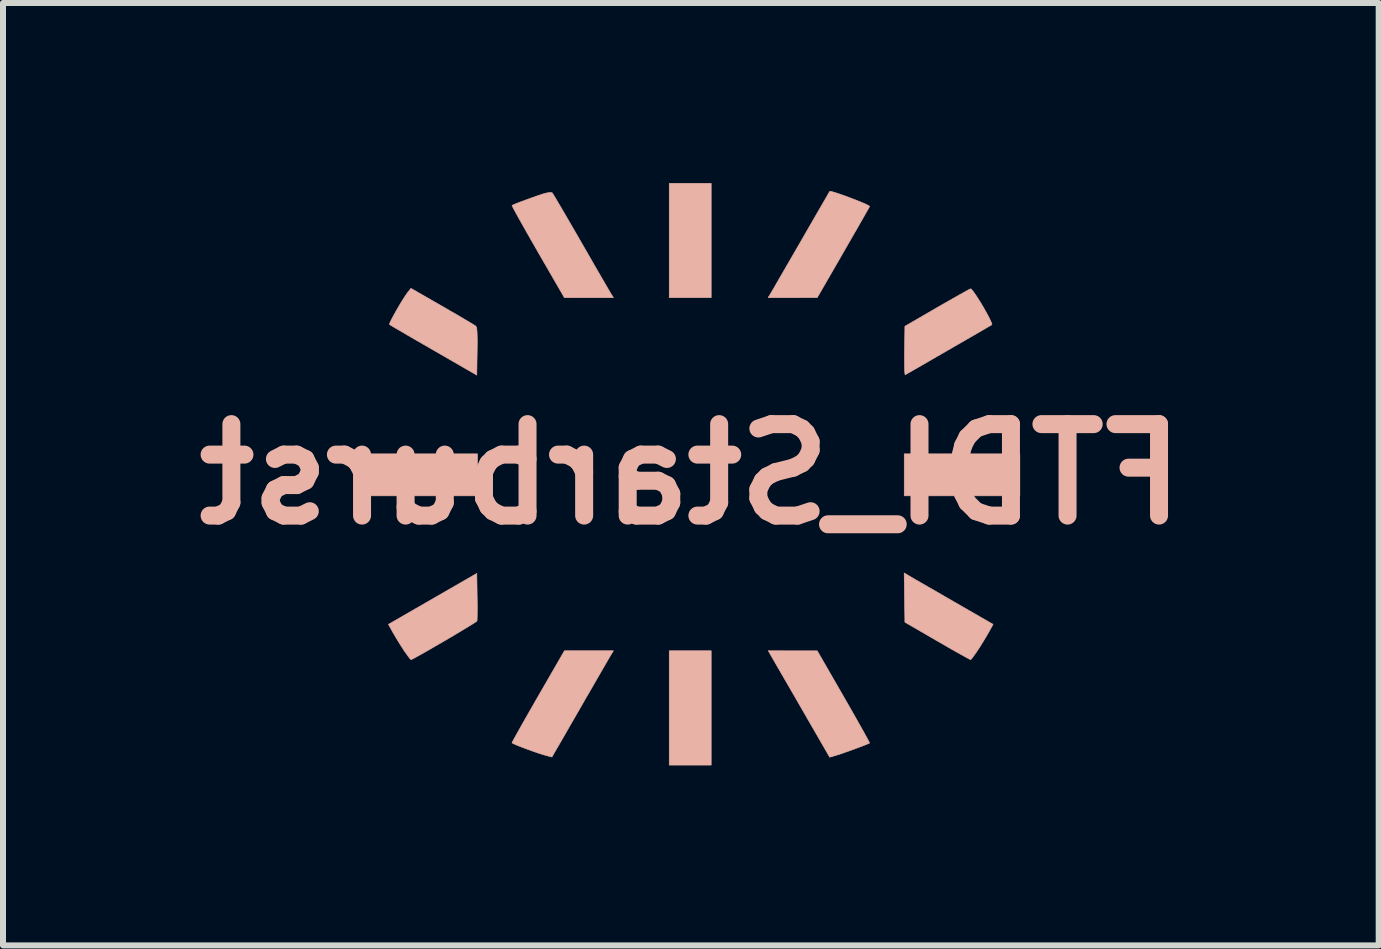
<source format=kicad_pcb>
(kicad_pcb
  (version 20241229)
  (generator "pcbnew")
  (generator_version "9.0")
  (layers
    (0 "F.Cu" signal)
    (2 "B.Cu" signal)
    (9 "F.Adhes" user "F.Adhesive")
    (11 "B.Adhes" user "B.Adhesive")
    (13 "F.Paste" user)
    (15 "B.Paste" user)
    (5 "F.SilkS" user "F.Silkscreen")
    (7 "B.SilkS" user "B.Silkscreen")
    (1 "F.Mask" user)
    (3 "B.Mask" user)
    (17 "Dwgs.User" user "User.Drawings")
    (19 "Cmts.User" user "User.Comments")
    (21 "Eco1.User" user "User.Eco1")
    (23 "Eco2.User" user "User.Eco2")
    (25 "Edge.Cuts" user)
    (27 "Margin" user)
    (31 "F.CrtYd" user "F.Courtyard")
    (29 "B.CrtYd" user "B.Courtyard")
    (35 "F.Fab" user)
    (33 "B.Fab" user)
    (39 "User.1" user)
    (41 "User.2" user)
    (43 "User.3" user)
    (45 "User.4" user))
  (footprint "FTDI_Starburst"
    (layer "F.Cu")
    (at 8.462 4.852)
    (property "Reference" "FTDI_Starburst" (at 0 0 0) (layer "B.SilkS") (effects (font (size 1.524 1.524) (thickness 0.3)) (justify mirror)))
    (attr through_hole)
    (fp_poly (pts (xy -3.556 0.36) (xy -5.482 0.36) (xy -5.482 -0.339) (xy -3.556 -0.339) (xy -3.556 0.36)) (stroke (width 0.01) (type solid)) (fill yes) (layer "B.SilkS"))
    (fp_poly (pts (xy 0.339 -2.942) (xy -0.36 -2.942) (xy -0.36 -4.847) (xy 0.339 -4.847) (xy 0.339 -2.942)) (stroke (width 0.01) (type solid)) (fill yes) (layer "B.SilkS"))
    (fp_poly (pts (xy 0.339 4.847) (xy -0.36 4.847) (xy -0.36 2.942) (xy 0.339 2.942) (xy 0.339 4.847)) (stroke (width 0.01) (type solid)) (fill yes) (layer "B.SilkS"))
    (fp_poly (pts (xy 5.482 0.36) (xy 3.556 0.36) (xy 3.556 -0.339) (xy 5.482 -0.339) (xy 5.482 0.36)) (stroke (width 0.01) (type solid)) (fill yes) (layer "B.SilkS"))
    (fp_poly (pts (xy 3.635 1.693) (xy 3.672 1.715) (xy 3.74 1.755) (xy 3.836 1.81) (xy 3.954 1.878) (xy 4.09 1.956) (xy 4.238 2.042) (xy 4.375 2.121) (xy 5.036 2.502) (xy 4.97 2.621) (xy 4.92 2.708) (xy 4.865 2.799) (xy 4.808 2.89) (xy 4.754 2.971) (xy 4.708 3.036) (xy 4.676 3.078) (xy 4.662 3.09) (xy 4.639 3.08) (xy 4.586 3.051) (xy 4.505 3.006) (xy 4.401 2.948) (xy 4.28 2.879) (xy 4.146 2.801) (xy 4.105 2.778) (xy 3.567 2.466) (xy 3.555 1.646) (xy 3.635 1.693)) (stroke (width 0.01) (type solid)) (fill yes) (layer "B.SilkS"))
    (fp_poly (pts (xy -3.561 2.038) (xy -3.559 2.162) (xy -3.559 2.272) (xy -3.56 2.361) (xy -3.562 2.422) (xy -3.564 2.446) (xy -3.584 2.461) (xy -3.634 2.494) (xy -3.711 2.541) (xy -3.807 2.599) (xy -3.918 2.666) (xy -4.038 2.737) (xy -4.161 2.809) (xy -4.283 2.879) (xy -4.396 2.945) (xy -4.497 3.002) (xy -4.578 3.047) (xy -4.635 3.078) (xy -4.663 3.09) (xy -4.663 3.09) (xy -4.68 3.074) (xy -4.714 3.03) (xy -4.759 2.967) (xy -4.78 2.937) (xy -4.84 2.843) (xy -4.904 2.74) (xy -4.957 2.649) (xy -4.961 2.643) (xy -5.039 2.502) (xy -3.567 1.653) (xy -3.561 2.038)) (stroke (width 0.01) (type solid)) (fill yes) (layer "B.SilkS"))
    (fp_poly (pts (xy 1.698 2.943) (xy 2.106 2.943) (xy 2.546 3.707) (xy 2.64 3.871) (xy 2.727 4.023) (xy 2.804 4.16) (xy 2.87 4.277) (xy 2.922 4.371) (xy 2.958 4.438) (xy 2.976 4.474) (xy 2.978 4.48) (xy 2.954 4.491) (xy 2.9 4.513) (xy 2.823 4.543) (xy 2.733 4.576) (xy 2.638 4.611) (xy 2.548 4.642) (xy 2.472 4.669) (xy 2.422 4.684) (xy 2.314 4.716) (xy 1.861 3.931) (xy 1.763 3.761) (xy 1.669 3.598) (xy 1.582 3.448) (xy 1.505 3.315) (xy 1.44 3.203) (xy 1.39 3.116) (xy 1.358 3.06) (xy 1.349 3.044) (xy 1.29 2.942) (xy 1.698 2.943)) (stroke (width 0.01) (type solid)) (fill yes) (layer "B.SilkS"))
    (fp_poly (pts (xy -4.136 -2.794) (xy -4 -2.715) (xy -3.874 -2.643) (xy -3.765 -2.578) (xy -3.677 -2.526) (xy -3.615 -2.488) (xy -3.584 -2.468) (xy -3.582 -2.467) (xy -3.572 -2.446) (xy -3.565 -2.404) (xy -3.561 -2.334) (xy -3.559 -2.232) (xy -3.56 -2.094) (xy -3.561 -2.047) (xy -3.567 -1.651) (xy -4.286 -2.066) (xy -4.445 -2.158) (xy -4.593 -2.243) (xy -4.726 -2.32) (xy -4.838 -2.386) (xy -4.928 -2.438) (xy -4.989 -2.475) (xy -5.019 -2.494) (xy -5.021 -2.495) (xy -5.017 -2.517) (xy -4.994 -2.567) (xy -4.957 -2.638) (xy -4.911 -2.721) (xy -4.86 -2.809) (xy -4.808 -2.895) (xy -4.76 -2.97) (xy -4.72 -3.027) (xy -4.713 -3.036) (xy -4.664 -3.097) (xy -4.136 -2.794)) (stroke (width 0.01) (type solid)) (fill yes) (layer "B.SilkS"))
    (fp_poly (pts (xy -2.313 -4.691) (xy -2.309 -4.687) (xy -2.295 -4.665) (xy -2.261 -4.61) (xy -2.212 -4.526) (xy -2.147 -4.417) (xy -2.071 -4.286) (xy -1.985 -4.138) (xy -1.891 -3.976) (xy -1.82 -3.852) (xy -1.721 -3.681) (xy -1.629 -3.52) (xy -1.544 -3.373) (xy -1.469 -3.244) (xy -1.407 -3.137) (xy -1.36 -3.056) (xy -1.33 -3.005) (xy -1.32 -2.99) (xy -1.29 -2.942) (xy -2.107 -2.942) (xy -2.548 -3.705) (xy -2.642 -3.869) (xy -2.729 -4.021) (xy -2.806 -4.158) (xy -2.872 -4.275) (xy -2.924 -4.369) (xy -2.96 -4.436) (xy -2.978 -4.473) (xy -2.979 -4.478) (xy -2.955 -4.491) (xy -2.899 -4.514) (xy -2.821 -4.544) (xy -2.731 -4.577) (xy -2.637 -4.611) (xy -2.548 -4.642) (xy -2.474 -4.667) (xy -2.428 -4.681) (xy -2.355 -4.695) (xy -2.313 -4.691)) (stroke (width 0.01) (type solid)) (fill yes) (layer "B.SilkS"))
    (fp_poly (pts (xy -1.32 2.99) (xy -1.337 3.018) (xy -1.372 3.078) (xy -1.424 3.168) (xy -1.49 3.282) (xy -1.568 3.417) (xy -1.656 3.57) (xy -1.752 3.735) (xy -1.831 3.873) (xy -1.93 4.045) (xy -2.022 4.204) (xy -2.105 4.349) (xy -2.177 4.474) (xy -2.237 4.577) (xy -2.281 4.653) (xy -2.307 4.699) (xy -2.315 4.712) (xy -2.335 4.708) (xy -2.386 4.694) (xy -2.457 4.674) (xy -2.477 4.668) (xy -2.548 4.645) (xy -2.636 4.615) (xy -2.729 4.581) (xy -2.82 4.547) (xy -2.898 4.516) (xy -2.955 4.491) (xy -2.98 4.477) (xy -2.972 4.458) (xy -2.944 4.406) (xy -2.899 4.325) (xy -2.84 4.219) (xy -2.768 4.092) (xy -2.685 3.947) (xy -2.595 3.789) (xy -2.547 3.706) (xy -2.106 2.942) (xy -1.29 2.942) (xy -1.32 2.99)) (stroke (width 0.01) (type solid)) (fill yes) (layer "B.SilkS"))
    (fp_poly (pts (xy 2.338 -4.712) (xy 2.392 -4.697) (xy 2.469 -4.672) (xy 2.56 -4.64) (xy 2.659 -4.603) (xy 2.756 -4.566) (xy 2.845 -4.53) (xy 2.917 -4.499) (xy 2.964 -4.475) (xy 2.979 -4.462) (xy 2.968 -4.442) (xy 2.937 -4.388) (xy 2.891 -4.306) (xy 2.829 -4.198) (xy 2.756 -4.07) (xy 2.672 -3.925) (xy 2.581 -3.767) (xy 2.54 -3.695) (xy 2.106 -2.943) (xy 1.697 -2.942) (xy 1.288 -2.942) (xy 1.33 -3.011) (xy 1.349 -3.043) (xy 1.387 -3.108) (xy 1.441 -3.202) (xy 1.509 -3.32) (xy 1.589 -3.458) (xy 1.678 -3.612) (xy 1.774 -3.778) (xy 1.842 -3.895) (xy 1.939 -4.064) (xy 2.03 -4.221) (xy 2.112 -4.363) (xy 2.183 -4.486) (xy 2.241 -4.586) (xy 2.283 -4.659) (xy 2.308 -4.703) (xy 2.315 -4.713) (xy 2.338 -4.712)) (stroke (width 0.01) (type solid)) (fill yes) (layer "B.SilkS"))
    (fp_poly (pts (xy 4.684 -3.073) (xy 4.719 -3.027) (xy 4.766 -2.958) (xy 4.818 -2.876) (xy 4.872 -2.786) (xy 4.923 -2.696) (xy 4.967 -2.614) (xy 4.999 -2.548) (xy 5.016 -2.504) (xy 5.015 -2.491) (xy 4.996 -2.479) (xy 4.945 -2.45) (xy 4.867 -2.404) (xy 4.767 -2.346) (xy 4.649 -2.278) (xy 4.518 -2.202) (xy 4.379 -2.122) (xy 4.237 -2.04) (xy 4.096 -1.959) (xy 3.962 -1.881) (xy 3.839 -1.81) (xy 3.731 -1.748) (xy 3.644 -1.698) (xy 3.582 -1.663) (xy 3.571 -1.657) (xy 3.567 -1.674) (xy 3.563 -1.728) (xy 3.561 -1.811) (xy 3.56 -1.917) (xy 3.561 -2.041) (xy 3.561 -2.057) (xy 3.567 -2.465) (xy 4.106 -2.778) (xy 4.244 -2.857) (xy 4.369 -2.928) (xy 4.478 -2.99) (xy 4.566 -3.039) (xy 4.628 -3.073) (xy 4.66 -3.089) (xy 4.662 -3.09) (xy 4.684 -3.073)) (stroke (width 0.01) (type solid)) (fill yes) (layer "B.SilkS")))
  (gr_rect
    (start -3 -3)
    (end 19.924 12.704)
    (stroke (width 0.1) (type default))
    (fill no)
    (layer "Edge.Cuts")))
</source>
